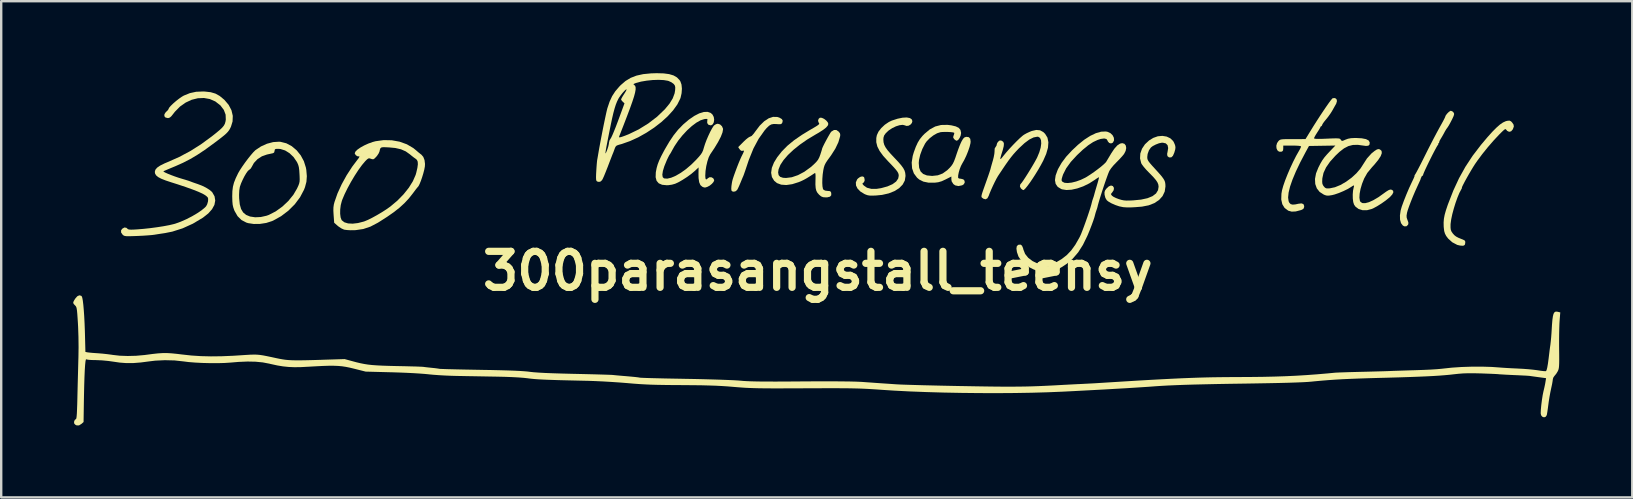
<source format=kicad_pcb>
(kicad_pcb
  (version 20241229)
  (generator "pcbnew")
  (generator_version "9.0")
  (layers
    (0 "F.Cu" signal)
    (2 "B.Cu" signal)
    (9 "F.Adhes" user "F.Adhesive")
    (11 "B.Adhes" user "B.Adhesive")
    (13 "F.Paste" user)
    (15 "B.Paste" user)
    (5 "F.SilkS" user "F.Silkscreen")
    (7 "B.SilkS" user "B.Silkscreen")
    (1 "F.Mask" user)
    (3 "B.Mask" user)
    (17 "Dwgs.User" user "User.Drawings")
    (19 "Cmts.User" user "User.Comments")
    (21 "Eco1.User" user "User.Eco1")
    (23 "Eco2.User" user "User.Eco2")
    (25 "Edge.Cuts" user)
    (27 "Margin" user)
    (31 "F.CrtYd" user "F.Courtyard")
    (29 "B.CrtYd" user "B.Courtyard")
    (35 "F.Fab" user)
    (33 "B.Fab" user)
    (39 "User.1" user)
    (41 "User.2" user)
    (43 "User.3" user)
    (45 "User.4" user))
  (footprint "300parasangstall_teensy"
    (layer "F.Cu")
    (at 31.027 8.245)
    (property "Reference" "300parasangstall_teensy" (at 0 0 0) (layer "F.SilkS") (effects (font (size 1.5 1.5) (thickness 0.3))))
    (attr board_only exclude_from_pos_files exclude_from_bom)
    (fp_poly (pts (xy -1.688 -6.421) (xy -1.604 -6.395) (xy -1.5 -6.335) (xy -1.46 -6.266) (xy -1.48 -6.181) (xy -1.482 -6.176) (xy -1.512 -6.137) (xy -1.557 -6.119) (xy -1.639 -6.119) (xy -1.713 -6.125) (xy -1.839 -6.129) (xy -1.94 -6.109) (xy -2.031 -6.055) (xy -2.131 -5.96) (xy -2.217 -5.86) (xy -2.464 -5.512) (xy -2.682 -5.106) (xy -2.87 -4.641) (xy -2.903 -4.544) (xy -2.963 -4.365) (xy -3.017 -4.203) (xy -3.062 -4.074) (xy -3.093 -3.988) (xy -3.103 -3.963) (xy -3.131 -3.899) (xy -3.175 -3.794) (xy -3.223 -3.677) (xy -3.275 -3.554) (xy -3.325 -3.447) (xy -3.36 -3.382) (xy -3.422 -3.327) (xy -3.501 -3.306) (xy -3.569 -3.323) (xy -3.598 -3.358) (xy -3.605 -3.428) (xy -3.598 -3.544) (xy -3.577 -3.687) (xy -3.562 -3.761) (xy -3.536 -3.853) (xy -3.49 -3.991) (xy -3.43 -4.157) (xy -3.363 -4.335) (xy -3.295 -4.508) (xy -3.231 -4.659) (xy -3.18 -4.772) (xy -3.176 -4.781) (xy -3.114 -4.904) (xy -3.082 -4.978) (xy -3.077 -5.013) (xy -3.098 -5.02) (xy -3.135 -5.01) (xy -3.199 -5.014) (xy -3.258 -5.077) (xy -3.259 -5.077) (xy -3.316 -5.165) (xy -3.101 -5.382) (xy -2.995 -5.482) (xy -2.901 -5.557) (xy -2.833 -5.597) (xy -2.818 -5.601) (xy -2.754 -5.632) (xy -2.669 -5.727) (xy -2.605 -5.815) (xy -2.42 -6.059) (xy -2.233 -6.242) (xy -2.046 -6.365) (xy -1.864 -6.425)) (stroke (width 0) (type solid)) (fill yes) (layer "F.SilkS"))
    (fp_poly (pts (xy 28.886 -6.239) (xy 28.931 -6.193) (xy 28.992 -6.104) (xy 29.004 -6.023) (xy 28.968 -5.922) (xy 28.958 -5.901) (xy 28.89 -5.823) (xy 28.807 -5.803) (xy 28.728 -5.841) (xy 28.699 -5.875) (xy 28.676 -5.905) (xy 28.651 -5.915) (xy 28.615 -5.898) (xy 28.557 -5.849) (xy 28.468 -5.763) (xy 28.387 -5.681) (xy 28.158 -5.436) (xy 27.919 -5.16) (xy 27.688 -4.873) (xy 27.482 -4.596) (xy 27.383 -4.453) (xy 27.307 -4.333) (xy 27.222 -4.192) (xy 27.132 -4.039) (xy 27.045 -3.885) (xy 26.966 -3.742) (xy 26.902 -3.619) (xy 26.857 -3.528) (xy 26.839 -3.48) (xy 26.841 -3.474) (xy 26.838 -3.45) (xy 26.81 -3.398) (xy 26.735 -3.256) (xy 26.655 -3.064) (xy 26.575 -2.84) (xy 26.502 -2.602) (xy 26.439 -2.368) (xy 26.394 -2.154) (xy 26.37 -1.978) (xy 26.367 -1.937) (xy 26.367 -1.805) (xy 26.378 -1.717) (xy 26.406 -1.647) (xy 26.457 -1.572) (xy 26.457 -1.572) (xy 26.522 -1.498) (xy 26.597 -1.439) (xy 26.699 -1.385) (xy 26.845 -1.326) (xy 26.878 -1.314) (xy 26.953 -1.277) (xy 26.98 -1.229) (xy 26.979 -1.167) (xy 26.961 -1.092) (xy 26.915 -1.061) (xy 26.867 -1.055) (xy 26.767 -1.062) (xy 26.654 -1.088) (xy 26.64 -1.093) (xy 26.439 -1.199) (xy 26.266 -1.355) (xy 26.185 -1.462) (xy 26.134 -1.56) (xy 26.102 -1.667) (xy 26.085 -1.81) (xy 26.081 -1.86) (xy 26.078 -2.023) (xy 26.09 -2.178) (xy 26.121 -2.342) (xy 26.174 -2.531) (xy 26.252 -2.763) (xy 26.266 -2.8) (xy 26.484 -3.359) (xy 26.721 -3.869) (xy 26.985 -4.344) (xy 27.286 -4.802) (xy 27.634 -5.257) (xy 27.909 -5.583) (xy 28.11 -5.806) (xy 28.28 -5.977) (xy 28.424 -6.104) (xy 28.551 -6.191) (xy 28.666 -6.244) (xy 28.733 -6.261) (xy 28.823 -6.269)) (stroke (width 0) (type solid)) (fill yes) (layer "F.SilkS"))
    (fp_poly (pts (xy 3.84 -6.374) (xy 3.913 -6.324) (xy 3.942 -6.248) (xy 3.919 -6.168) (xy 3.86 -6.1) (xy 3.778 -6.055) (xy 3.689 -6.048) (xy 3.636 -6.069) (xy 3.539 -6.093) (xy 3.408 -6.078) (xy 3.257 -6.031) (xy 3.102 -5.956) (xy 2.957 -5.861) (xy 2.838 -5.751) (xy 2.767 -5.654) (xy 2.737 -5.558) (xy 2.732 -5.477) (xy 2.74 -5.367) (xy 2.769 -5.262) (xy 2.824 -5.154) (xy 2.911 -5.031) (xy 3.038 -4.884) (xy 3.19 -4.722) (xy 3.355 -4.547) (xy 3.476 -4.407) (xy 3.56 -4.292) (xy 3.614 -4.191) (xy 3.643 -4.093) (xy 3.654 -3.988) (xy 3.655 -3.958) (xy 3.626 -3.771) (xy 3.536 -3.603) (xy 3.391 -3.455) (xy 3.196 -3.332) (xy 2.957 -3.237) (xy 2.68 -3.174) (xy 2.429 -3.149) (xy 2.272 -3.143) (xy 2.161 -3.146) (xy 2.076 -3.16) (xy 1.995 -3.188) (xy 1.938 -3.214) (xy 1.772 -3.317) (xy 1.656 -3.437) (xy 1.593 -3.565) (xy 1.586 -3.695) (xy 1.638 -3.816) (xy 1.674 -3.858) (xy 1.763 -3.922) (xy 1.849 -3.945) (xy 1.915 -3.924) (xy 1.936 -3.893) (xy 1.955 -3.785) (xy 1.926 -3.704) (xy 1.898 -3.681) (xy 1.863 -3.654) (xy 1.869 -3.621) (xy 1.919 -3.563) (xy 2.05 -3.472) (xy 2.227 -3.426) (xy 2.447 -3.425) (xy 2.64 -3.455) (xy 2.905 -3.528) (xy 3.114 -3.62) (xy 3.263 -3.729) (xy 3.35 -3.854) (xy 3.373 -3.97) (xy 3.368 -4.028) (xy 3.349 -4.087) (xy 3.309 -4.155) (xy 3.242 -4.241) (xy 3.141 -4.353) (xy 3.002 -4.5) (xy 2.93 -4.574) (xy 2.725 -4.8) (xy 2.577 -5.002) (xy 2.482 -5.189) (xy 2.437 -5.368) (xy 2.438 -5.546) (xy 2.462 -5.664) (xy 2.528 -5.808) (xy 2.643 -5.956) (xy 2.791 -6.096) (xy 2.958 -6.21) (xy 3.087 -6.271) (xy 3.324 -6.348) (xy 3.534 -6.391) (xy 3.709 -6.4)) (stroke (width 0) (type solid)) (fill yes) (layer "F.SilkS"))
    (fp_poly (pts (xy 26.446 -6.653) (xy 26.491 -6.609) (xy 26.512 -6.57) (xy 26.514 -6.525) (xy 26.494 -6.459) (xy 26.448 -6.358) (xy 26.409 -6.28) (xy 26.344 -6.155) (xy 26.284 -6.05) (xy 26.24 -5.982) (xy 26.231 -5.971) (xy 26.188 -5.911) (xy 26.132 -5.818) (xy 26.106 -5.768) (xy 26.041 -5.65) (xy 25.973 -5.534) (xy 25.952 -5.501) (xy 25.908 -5.423) (xy 25.891 -5.367) (xy 25.893 -5.358) (xy 25.885 -5.331) (xy 25.872 -5.33) (xy 25.849 -5.31) (xy 25.854 -5.299) (xy 25.851 -5.261) (xy 25.843 -5.257) (xy 25.817 -5.224) (xy 25.77 -5.142) (xy 25.705 -5.022) (xy 25.628 -4.874) (xy 25.546 -4.711) (xy 25.462 -4.542) (xy 25.383 -4.378) (xy 25.314 -4.232) (xy 25.261 -4.112) (xy 25.229 -4.032) (xy 25.222 -4.001) (xy 25.217 -3.982) (xy 25.206 -3.98) (xy 25.166 -3.949) (xy 25.126 -3.86) (xy 25.112 -3.812) (xy 25.097 -3.775) (xy 25.06 -3.694) (xy 25.009 -3.583) (xy 24.998 -3.559) (xy 24.895 -3.333) (xy 24.797 -3.103) (xy 24.709 -2.883) (xy 24.635 -2.687) (xy 24.58 -2.526) (xy 24.553 -2.428) (xy 24.534 -2.31) (xy 24.539 -2.223) (xy 24.57 -2.133) (xy 24.573 -2.126) (xy 24.608 -2.029) (xy 24.607 -1.96) (xy 24.593 -1.927) (xy 24.529 -1.866) (xy 24.443 -1.864) (xy 24.379 -1.897) (xy 24.304 -1.995) (xy 24.263 -2.139) (xy 24.258 -2.319) (xy 24.287 -2.523) (xy 24.333 -2.684) (xy 24.421 -2.926) (xy 24.527 -3.193) (xy 24.641 -3.46) (xy 24.751 -3.697) (xy 24.778 -3.753) (xy 24.829 -3.861) (xy 24.862 -3.941) (xy 24.87 -3.98) (xy 24.868 -3.981) (xy 24.866 -3.996) (xy 24.878 -4.006) (xy 24.902 -4.042) (xy 24.952 -4.13) (xy 25.022 -4.262) (xy 25.109 -4.43) (xy 25.208 -4.626) (xy 25.307 -4.824) (xy 25.427 -5.064) (xy 25.552 -5.308) (xy 25.673 -5.542) (xy 25.784 -5.752) (xy 25.877 -5.924) (xy 25.921 -6.004) (xy 26.003 -6.15) (xy 26.071 -6.276) (xy 26.119 -6.37) (xy 26.141 -6.419) (xy 26.142 -6.423) (xy 26.165 -6.482) (xy 26.222 -6.558) (xy 26.293 -6.629) (xy 26.357 -6.673) (xy 26.378 -6.679)) (stroke (width 0) (type solid)) (fill yes) (layer "F.SilkS"))
    (fp_poly (pts (xy 5.567 -6.072) (xy 5.75 -6.028) (xy 5.873 -5.968) (xy 5.944 -5.883) (xy 5.97 -5.77) (xy 5.971 -5.75) (xy 5.954 -5.649) (xy 5.911 -5.548) (xy 5.854 -5.468) (xy 5.795 -5.431) (xy 5.788 -5.431) (xy 5.735 -5.454) (xy 5.684 -5.498) (xy 5.643 -5.56) (xy 5.65 -5.623) (xy 5.663 -5.655) (xy 5.686 -5.724) (xy 5.684 -5.762) (xy 5.637 -5.778) (xy 5.541 -5.79) (xy 5.418 -5.797) (xy 5.287 -5.798) (xy 5.167 -5.793) (xy 5.112 -5.787) (xy 4.972 -5.742) (xy 4.816 -5.653) (xy 4.664 -5.535) (xy 4.535 -5.403) (xy 4.471 -5.312) (xy 4.355 -5.084) (xy 4.269 -4.849) (xy 4.218 -4.628) (xy 4.207 -4.503) (xy 4.224 -4.302) (xy 4.284 -4.151) (xy 4.391 -4.046) (xy 4.546 -3.985) (xy 4.755 -3.965) (xy 4.773 -3.965) (xy 5.002 -3.99) (xy 5.205 -4.067) (xy 5.395 -4.203) (xy 5.5 -4.306) (xy 5.571 -4.389) (xy 5.628 -4.474) (xy 5.678 -4.577) (xy 5.731 -4.716) (xy 5.778 -4.857) (xy 5.837 -5.029) (xy 5.899 -5.195) (xy 5.957 -5.334) (xy 5.996 -5.414) (xy 6.057 -5.515) (xy 6.111 -5.568) (xy 6.175 -5.59) (xy 6.196 -5.593) (xy 6.295 -5.578) (xy 6.353 -5.51) (xy 6.369 -5.392) (xy 6.361 -5.321) (xy 6.325 -5.174) (xy 6.263 -4.993) (xy 6.185 -4.8) (xy 6.099 -4.621) (xy 6.025 -4.492) (xy 5.967 -4.382) (xy 5.914 -4.249) (xy 5.874 -4.112) (xy 5.85 -3.99) (xy 5.847 -3.901) (xy 5.855 -3.875) (xy 5.899 -3.854) (xy 5.971 -3.845) (xy 6.065 -3.821) (xy 6.116 -3.761) (xy 6.122 -3.685) (xy 6.08 -3.613) (xy 6.014 -3.573) (xy 5.861 -3.542) (xy 5.727 -3.57) (xy 5.649 -3.625) (xy 5.578 -3.738) (xy 5.566 -3.824) (xy 5.566 -3.94) (xy 5.328 -3.819) (xy 5.164 -3.743) (xy 5.019 -3.701) (xy 4.868 -3.682) (xy 4.61 -3.684) (xy 4.4 -3.727) (xy 4.228 -3.813) (xy 4.136 -3.891) (xy 4.003 -4.069) (xy 3.929 -4.281) (xy 3.913 -4.524) (xy 3.955 -4.796) (xy 4.002 -4.953) (xy 4.084 -5.177) (xy 4.165 -5.353) (xy 4.254 -5.498) (xy 4.361 -5.63) (xy 4.441 -5.713) (xy 4.665 -5.901) (xy 4.893 -6.024) (xy 5.137 -6.087) (xy 5.407 -6.092)) (stroke (width 0) (type solid)) (fill yes) (layer "F.SilkS"))
    (fp_poly (pts (xy 14.537 -5.604) (xy 14.69 -5.532) (xy 14.806 -5.42) (xy 14.842 -5.356) (xy 14.887 -5.249) (xy 14.904 -5.164) (xy 14.896 -5.076) (xy 14.862 -4.955) (xy 14.854 -4.929) (xy 14.798 -4.802) (xy 14.732 -4.739) (xy 14.65 -4.735) (xy 14.63 -4.741) (xy 14.569 -4.791) (xy 14.557 -4.88) (xy 14.574 -4.965) (xy 14.6 -5.126) (xy 14.576 -5.245) (xy 14.502 -5.32) (xy 14.379 -5.349) (xy 14.33 -5.348) (xy 14.216 -5.324) (xy 14.082 -5.272) (xy 13.957 -5.207) (xy 13.881 -5.149) (xy 13.799 -5.031) (xy 13.744 -4.879) (xy 13.729 -4.753) (xy 13.732 -4.693) (xy 13.746 -4.638) (xy 13.779 -4.578) (xy 13.837 -4.501) (xy 13.928 -4.396) (xy 14.042 -4.271) (xy 14.196 -4.102) (xy 14.31 -3.971) (xy 14.389 -3.868) (xy 14.441 -3.783) (xy 14.47 -3.707) (xy 14.483 -3.627) (xy 14.487 -3.535) (xy 14.487 -3.525) (xy 14.456 -3.312) (xy 14.366 -3.123) (xy 14.221 -2.962) (xy 14.026 -2.832) (xy 13.787 -2.739) (xy 13.509 -2.685) (xy 13.476 -2.682) (xy 13.227 -2.662) (xy 13.031 -2.652) (xy 12.872 -2.653) (xy 12.737 -2.662) (xy 12.716 -2.665) (xy 12.561 -2.697) (xy 12.393 -2.754) (xy 12.233 -2.825) (xy 12.103 -2.901) (xy 12.041 -2.953) (xy 11.984 -3.049) (xy 11.951 -3.175) (xy 11.95 -3.179) (xy 11.947 -3.286) (xy 11.974 -3.365) (xy 12.023 -3.432) (xy 12.126 -3.528) (xy 12.219 -3.565) (xy 12.297 -3.541) (xy 12.297 -3.54) (xy 12.341 -3.465) (xy 12.33 -3.371) (xy 12.273 -3.283) (xy 12.225 -3.226) (xy 12.222 -3.187) (xy 12.26 -3.139) (xy 12.322 -3.094) (xy 12.426 -3.043) (xy 12.541 -2.999) (xy 12.651 -2.966) (xy 12.75 -2.946) (xy 12.859 -2.937) (xy 12.999 -2.939) (xy 13.136 -2.945) (xy 13.468 -2.977) (xy 13.739 -3.036) (xy 13.947 -3.121) (xy 14.094 -3.233) (xy 14.178 -3.371) (xy 14.201 -3.512) (xy 14.191 -3.6) (xy 14.156 -3.69) (xy 14.09 -3.791) (xy 13.986 -3.913) (xy 13.838 -4.066) (xy 13.802 -4.102) (xy 13.685 -4.223) (xy 13.583 -4.341) (xy 13.509 -4.44) (xy 13.477 -4.494) (xy 13.428 -4.695) (xy 13.44 -4.899) (xy 13.51 -5.098) (xy 13.633 -5.282) (xy 13.804 -5.442) (xy 13.979 -5.549) (xy 14.168 -5.616) (xy 14.358 -5.633)) (stroke (width 0) (type solid)) (fill yes) (layer "F.SilkS"))
    (fp_poly (pts (xy -22.387 -5.385) (xy -22.145 -5.324) (xy -21.92 -5.204) (xy -21.718 -5.034) (xy -21.547 -4.823) (xy -21.415 -4.579) (xy -21.33 -4.31) (xy -21.313 -4.214) (xy -21.291 -3.952) (xy -21.308 -3.721) (xy -21.368 -3.495) (xy -21.411 -3.384) (xy -21.575 -3.074) (xy -21.795 -2.781) (xy -22.062 -2.515) (xy -22.364 -2.286) (xy -22.69 -2.105) (xy -22.745 -2.081) (xy -22.983 -2.005) (xy -23.243 -1.965) (xy -23.502 -1.962) (xy -23.737 -1.997) (xy -23.814 -2.021) (xy -24.015 -2.127) (xy -24.178 -2.288) (xy -24.303 -2.505) (xy -24.321 -2.549) (xy -24.358 -2.658) (xy -24.382 -2.767) (xy -24.394 -2.897) (xy -24.399 -3.068) (xy -24.4 -3.12) (xy -24.398 -3.18) (xy -24.115 -3.18) (xy -24.112 -3.029) (xy -24.086 -2.78) (xy -24.032 -2.587) (xy -23.945 -2.443) (xy -23.821 -2.34) (xy -23.656 -2.272) (xy -23.654 -2.272) (xy -23.445 -2.241) (xy -23.209 -2.252) (xy -22.973 -2.305) (xy -22.877 -2.339) (xy -22.59 -2.486) (xy -22.314 -2.684) (xy -22.063 -2.92) (xy -21.851 -3.181) (xy -21.701 -3.437) (xy -21.646 -3.555) (xy -21.612 -3.645) (xy -21.594 -3.728) (xy -21.589 -3.825) (xy -21.593 -3.958) (xy -21.597 -4.036) (xy -21.608 -4.206) (xy -21.624 -4.328) (xy -21.65 -4.425) (xy -21.689 -4.515) (xy -21.71 -4.554) (xy -21.845 -4.751) (xy -22.012 -4.911) (xy -22.197 -5.026) (xy -22.389 -5.086) (xy -22.479 -5.093) (xy -22.574 -5.09) (xy -22.619 -5.074) (xy -22.633 -5.034) (xy -22.634 -5.01) (xy -22.656 -4.937) (xy -22.71 -4.909) (xy -22.788 -4.892) (xy -22.898 -4.868) (xy -22.953 -4.856) (xy -23.163 -4.782) (xy -23.349 -4.661) (xy -23.496 -4.505) (xy -23.578 -4.357) (xy -23.628 -4.273) (xy -23.691 -4.219) (xy -23.697 -4.216) (xy -23.748 -4.172) (xy -23.815 -4.079) (xy -23.89 -3.953) (xy -23.963 -3.808) (xy -24.029 -3.661) (xy -24.077 -3.525) (xy -24.084 -3.501) (xy -24.106 -3.363) (xy -24.115 -3.18) (xy -24.398 -3.18) (xy -24.394 -3.332) (xy -24.371 -3.514) (xy -24.327 -3.685) (xy -24.254 -3.87) (xy -24.154 -4.078) (xy -24.083 -4.201) (xy -23.984 -4.352) (xy -23.868 -4.517) (xy -23.744 -4.682) (xy -23.624 -4.832) (xy -23.518 -4.955) (xy -23.437 -5.035) (xy -23.434 -5.038) (xy -23.204 -5.192) (xy -22.951 -5.306) (xy -22.694 -5.374) (xy -22.447 -5.39)) (stroke (width 0) (type solid)) (fill yes) (layer "F.SilkS"))
    (fp_poly (pts (xy 9.26 -5.866) (xy 9.397 -5.792) (xy 9.473 -5.718) (xy 9.57 -5.56) (xy 9.609 -5.368) (xy 9.592 -5.141) (xy 9.517 -4.88) (xy 9.395 -4.602) (xy 9.299 -4.422) (xy 9.19 -4.231) (xy 9.073 -4.04) (xy 8.955 -3.856) (xy 8.842 -3.69) (xy 8.739 -3.55) (xy 8.654 -3.445) (xy 8.591 -3.385) (xy 8.566 -3.373) (xy 8.521 -3.395) (xy 8.467 -3.44) (xy 8.423 -3.521) (xy 8.435 -3.605) (xy 8.465 -3.643) (xy 8.506 -3.692) (xy 8.573 -3.788) (xy 8.659 -3.919) (xy 8.757 -4.073) (xy 8.858 -4.237) (xy 8.956 -4.401) (xy 9.043 -4.551) (xy 9.112 -4.677) (xy 9.142 -4.735) (xy 9.231 -4.95) (xy 9.288 -5.146) (xy 9.311 -5.316) (xy 9.302 -5.453) (xy 9.26 -5.549) (xy 9.184 -5.596) (xy 9.149 -5.599) (xy 8.993 -5.569) (xy 8.815 -5.481) (xy 8.615 -5.332) (xy 8.389 -5.122) (xy 8.365 -5.098) (xy 8.255 -4.982) (xy 8.153 -4.868) (xy 8.053 -4.745) (xy 7.948 -4.606) (xy 7.83 -4.439) (xy 7.693 -4.236) (xy 7.527 -3.987) (xy 7.501 -3.947) (xy 7.445 -3.849) (xy 7.373 -3.709) (xy 7.295 -3.546) (xy 7.22 -3.38) (xy 7.158 -3.232) (xy 7.121 -3.132) (xy 7.066 -3.03) (xy 6.991 -2.99) (xy 6.903 -3.014) (xy 6.874 -3.035) (xy 6.848 -3.055) (xy 6.829 -3.073) (xy 6.82 -3.098) (xy 6.822 -3.138) (xy 6.836 -3.202) (xy 6.866 -3.297) (xy 6.913 -3.432) (xy 6.978 -3.615) (xy 7.048 -3.812) (xy 7.103 -3.968) (xy 7.15 -4.106) (xy 7.184 -4.211) (xy 7.2 -4.267) (xy 7.216 -4.33) (xy 7.246 -4.437) (xy 7.284 -4.569) (xy 7.296 -4.608) (xy 7.332 -4.751) (xy 7.357 -4.885) (xy 7.366 -4.984) (xy 7.365 -5) (xy 7.372 -5.109) (xy 7.404 -5.161) (xy 7.447 -5.227) (xy 7.455 -5.266) (xy 7.477 -5.337) (xy 7.522 -5.397) (xy 7.582 -5.442) (xy 7.645 -5.437) (xy 7.673 -5.425) (xy 7.731 -5.382) (xy 7.756 -5.312) (xy 7.748 -5.205) (xy 7.71 -5.052) (xy 7.696 -5.005) (xy 7.643 -4.836) (xy 7.613 -4.726) (xy 7.605 -4.672) (xy 7.621 -4.667) (xy 7.661 -4.708) (xy 7.727 -4.79) (xy 7.733 -4.798) (xy 7.849 -4.939) (xy 7.986 -5.095) (xy 8.135 -5.255) (xy 8.283 -5.406) (xy 8.418 -5.537) (xy 8.53 -5.635) (xy 8.587 -5.678) (xy 8.7 -5.742) (xy 8.838 -5.806) (xy 8.917 -5.837) (xy 9.104 -5.88)) (stroke (width 0) (type solid)) (fill yes) (layer "F.SilkS"))
    (fp_poly (pts (xy 0.165 -6.387) (xy 0.259 -6.344) (xy 0.349 -6.276) (xy 0.416 -6.197) (xy 0.439 -6.131) (xy 0.416 -6.061) (xy 0.345 -5.979) (xy 0.222 -5.883) (xy 0.043 -5.768) (xy -0.101 -5.685) (xy -0.44 -5.481) (xy -0.746 -5.268) (xy -1.015 -5.052) (xy -1.244 -4.836) (xy -1.426 -4.626) (xy -1.558 -4.426) (xy -1.634 -4.24) (xy -1.653 -4.111) (xy -1.632 -3.998) (xy -1.567 -3.926) (xy -1.451 -3.887) (xy -1.324 -3.879) (xy -1.083 -3.909) (xy -0.825 -3.997) (xy -0.561 -4.137) (xy -0.3 -4.326) (xy -0.182 -4.429) (xy -0.068 -4.541) (xy 0.008 -4.635) (xy 0.061 -4.735) (xy 0.105 -4.851) (xy 0.141 -4.963) (xy 0.167 -5.046) (xy 0.176 -5.084) (xy 0.176 -5.084) (xy 0.187 -5.121) (xy 0.223 -5.202) (xy 0.278 -5.313) (xy 0.345 -5.439) (xy 0.414 -5.566) (xy 0.479 -5.68) (xy 0.531 -5.767) (xy 0.564 -5.811) (xy 0.565 -5.811) (xy 0.673 -5.877) (xy 0.775 -5.877) (xy 0.866 -5.815) (xy 0.923 -5.744) (xy 0.937 -5.67) (xy 0.928 -5.608) (xy 0.857 -5.365) (xy 0.731 -5.101) (xy 0.556 -4.825) (xy 0.506 -4.756) (xy 0.402 -4.614) (xy 0.331 -4.505) (xy 0.285 -4.413) (xy 0.254 -4.318) (xy 0.23 -4.206) (xy 0.204 -4.025) (xy 0.19 -3.842) (xy 0.187 -3.671) (xy 0.195 -3.528) (xy 0.215 -3.427) (xy 0.232 -3.395) (xy 0.304 -3.353) (xy 0.408 -3.339) (xy 0.497 -3.333) (xy 0.541 -3.304) (xy 0.56 -3.255) (xy 0.561 -3.16) (xy 0.509 -3.1) (xy 0.398 -3.072) (xy 0.336 -3.07) (xy 0.221 -3.078) (xy 0.137 -3.113) (xy 0.056 -3.18) (xy -0.014 -3.259) (xy -0.061 -3.346) (xy -0.088 -3.457) (xy -0.099 -3.605) (xy -0.096 -3.805) (xy -0.095 -3.82) (xy -0.093 -3.971) (xy -0.1 -4.061) (xy -0.116 -4.088) (xy -0.118 -4.087) (xy -0.305 -3.965) (xy -0.451 -3.874) (xy -0.572 -3.806) (xy -0.682 -3.753) (xy -0.794 -3.706) (xy -1.067 -3.62) (xy -1.311 -3.585) (xy -1.524 -3.6) (xy -1.699 -3.665) (xy -1.817 -3.762) (xy -1.912 -3.917) (xy -1.944 -4.097) (xy -1.915 -4.3) (xy -1.826 -4.523) (xy -1.692 -4.741) (xy -1.497 -4.988) (xy -1.267 -5.221) (xy -0.994 -5.446) (xy -0.67 -5.67) (xy -0.354 -5.863) (xy -0.185 -5.961) (xy -0.066 -6.032) (xy 0.009 -6.082) (xy 0.049 -6.118) (xy 0.06 -6.144) (xy 0.051 -6.168) (xy 0.036 -6.187) (xy 0.011 -6.262) (xy 0.033 -6.341) (xy 0.088 -6.389)) (stroke (width 0) (type solid)) (fill yes) (layer "F.SilkS"))
    (fp_poly (pts (xy -4.459 -6.587) (xy -4.386 -6.52) (xy -4.335 -6.42) (xy -4.318 -6.307) (xy -4.333 -6.2) (xy -4.376 -6.116) (xy -4.444 -6.074) (xy -4.464 -6.072) (xy -4.559 -6.098) (xy -4.608 -6.169) (xy -4.606 -6.261) (xy -4.596 -6.317) (xy -4.613 -6.34) (xy -4.672 -6.339) (xy -4.726 -6.332) (xy -4.881 -6.284) (xy -5.058 -6.185) (xy -5.249 -6.042) (xy -5.444 -5.865) (xy -5.635 -5.66) (xy -5.814 -5.438) (xy -5.97 -5.206) (xy -6.071 -5.026) (xy -6.12 -4.935) (xy -6.158 -4.873) (xy -6.17 -4.857) (xy -6.193 -4.82) (xy -6.235 -4.738) (xy -6.288 -4.627) (xy -6.298 -4.604) (xy -6.395 -4.367) (xy -6.455 -4.17) (xy -6.478 -4.018) (xy -6.462 -3.914) (xy -6.408 -3.862) (xy -6.406 -3.861) (xy -6.273 -3.851) (xy -6.107 -3.89) (xy -5.916 -3.972) (xy -5.707 -4.094) (xy -5.489 -4.25) (xy -5.27 -4.437) (xy -5.072 -4.633) (xy -4.953 -4.763) (xy -4.872 -4.861) (xy -4.818 -4.945) (xy -4.78 -5.031) (xy -4.749 -5.134) (xy -4.745 -5.149) (xy -4.699 -5.294) (xy -4.636 -5.462) (xy -4.561 -5.636) (xy -4.483 -5.802) (xy -4.408 -5.942) (xy -4.344 -6.041) (xy -4.322 -6.068) (xy -4.242 -6.12) (xy -4.167 -6.139) (xy -4.072 -6.109) (xy -3.993 -6.034) (xy -3.95 -5.936) (xy -3.948 -5.905) (xy -3.972 -5.773) (xy -4.041 -5.596) (xy -4.153 -5.38) (xy -4.305 -5.128) (xy -4.481 -4.866) (xy -4.544 -4.743) (xy -4.6 -4.573) (xy -4.647 -4.374) (xy -4.678 -4.167) (xy -4.689 -3.972) (xy -4.681 -3.862) (xy -4.658 -3.817) (xy -4.616 -3.832) (xy -4.588 -3.862) (xy -4.515 -3.908) (xy -4.43 -3.907) (xy -4.357 -3.867) (xy -4.319 -3.795) (xy -4.318 -3.778) (xy -4.345 -3.712) (xy -4.413 -3.634) (xy -4.504 -3.56) (xy -4.598 -3.51) (xy -4.679 -3.483) (xy -4.733 -3.482) (xy -4.798 -3.507) (xy -4.813 -3.514) (xy -4.891 -3.582) (xy -4.942 -3.701) (xy -4.968 -3.874) (xy -4.971 -4.04) (xy -4.967 -4.319) (xy -5.128 -4.169) (xy -5.274 -4.046) (xy -5.452 -3.917) (xy -5.64 -3.796) (xy -5.818 -3.695) (xy -5.946 -3.637) (xy -6.079 -3.6) (xy -6.23 -3.578) (xy -6.293 -3.576) (xy -6.486 -3.595) (xy -6.627 -3.656) (xy -6.717 -3.76) (xy -6.757 -3.91) (xy -6.75 -4.106) (xy -6.746 -4.135) (xy -6.715 -4.294) (xy -6.672 -4.445) (xy -6.611 -4.604) (xy -6.526 -4.785) (xy -6.411 -5.003) (xy -6.374 -5.071) (xy -6.187 -5.39) (xy -6.007 -5.658) (xy -5.823 -5.888) (xy -5.624 -6.093) (xy -5.609 -6.108) (xy -5.373 -6.309) (xy -5.148 -6.464) (xy -4.94 -6.571) (xy -4.753 -6.628) (xy -4.591 -6.634)) (stroke (width 0) (type solid)) (fill yes) (layer "F.SilkS"))
    (fp_poly (pts (xy -17.751 -5.45) (xy -17.425 -5.391) (xy -17.123 -5.282) (xy -16.856 -5.126) (xy -16.74 -5.032) (xy -16.644 -4.949) (xy -16.553 -4.876) (xy -16.516 -4.848) (xy -16.439 -4.758) (xy -16.387 -4.624) (xy -16.367 -4.464) (xy -16.373 -4.356) (xy -16.398 -4.224) (xy -16.438 -4.07) (xy -16.487 -3.909) (xy -16.54 -3.756) (xy -16.593 -3.627) (xy -16.638 -3.538) (xy -16.663 -3.508) (xy -16.692 -3.475) (xy -16.751 -3.401) (xy -16.828 -3.298) (xy -16.873 -3.238) (xy -17.039 -3.028) (xy -17.221 -2.832) (xy -17.426 -2.644) (xy -17.664 -2.456) (xy -17.945 -2.26) (xy -18.278 -2.047) (xy -18.339 -2.01) (xy -18.641 -1.852) (xy -18.94 -1.752) (xy -19.252 -1.706) (xy -19.311 -1.703) (xy -19.467 -1.701) (xy -19.612 -1.709) (xy -19.722 -1.723) (xy -19.745 -1.729) (xy -19.847 -1.775) (xy -19.961 -1.849) (xy -20.013 -1.891) (xy -20.152 -2.014) (xy -20.176 -2.34) (xy -20.179 -2.389) (xy -19.903 -2.389) (xy -19.884 -2.237) (xy -19.843 -2.128) (xy -19.833 -2.115) (xy -19.727 -2.032) (xy -19.573 -1.985) (xy -19.381 -1.975) (xy -19.159 -2.001) (xy -18.918 -2.063) (xy -18.881 -2.076) (xy -18.742 -2.134) (xy -18.566 -2.222) (xy -18.368 -2.331) (xy -18.167 -2.45) (xy -17.978 -2.571) (xy -17.818 -2.684) (xy -17.811 -2.689) (xy -17.518 -2.935) (xy -17.26 -3.199) (xy -17.042 -3.472) (xy -16.872 -3.745) (xy -16.757 -4.008) (xy -16.732 -4.095) (xy -16.685 -4.298) (xy -16.665 -4.449) (xy -16.671 -4.556) (xy -16.703 -4.631) (xy -16.756 -4.678) (xy -16.835 -4.734) (xy -16.936 -4.813) (xy -16.996 -4.863) (xy -17.17 -4.987) (xy -17.368 -5.074) (xy -17.604 -5.128) (xy -17.869 -5.153) (xy -18.026 -5.16) (xy -18.129 -5.16) (xy -18.192 -5.147) (xy -18.227 -5.115) (xy -18.247 -5.058) (xy -18.264 -4.982) (xy -18.299 -4.901) (xy -18.364 -4.804) (xy -18.399 -4.763) (xy -18.47 -4.69) (xy -18.521 -4.659) (xy -18.574 -4.662) (xy -18.618 -4.678) (xy -18.681 -4.697) (xy -18.729 -4.691) (xy -18.784 -4.652) (xy -18.859 -4.577) (xy -18.993 -4.418) (xy -19.143 -4.212) (xy -19.299 -3.972) (xy -19.453 -3.713) (xy -19.596 -3.451) (xy -19.719 -3.2) (xy -19.814 -2.975) (xy -19.833 -2.921) (xy -19.878 -2.749) (xy -19.901 -2.565) (xy -19.903 -2.389) (xy -20.179 -2.389) (xy -20.186 -2.517) (xy -20.183 -2.651) (xy -20.167 -2.768) (xy -20.139 -2.876) (xy -20.014 -3.234) (xy -19.842 -3.611) (xy -19.635 -3.988) (xy -19.401 -4.349) (xy -19.201 -4.614) (xy -19.131 -4.706) (xy -19.098 -4.763) (xy -19.106 -4.779) (xy -19.109 -4.778) (xy -19.179 -4.782) (xy -19.249 -4.826) (xy -19.291 -4.891) (xy -19.295 -4.912) (xy -19.264 -4.981) (xy -19.181 -5.062) (xy -19.055 -5.149) (xy -18.9 -5.235) (xy -18.727 -5.314) (xy -18.546 -5.378) (xy -18.428 -5.41) (xy -18.089 -5.457)) (stroke (width 0) (type solid)) (fill yes) (layer "F.SilkS"))
    (fp_poly (pts (xy 12.073 -5.803) (xy 12.195 -5.746) (xy 12.286 -5.658) (xy 12.338 -5.553) (xy 12.345 -5.447) (xy 12.299 -5.355) (xy 12.294 -5.35) (xy 12.222 -5.318) (xy 12.146 -5.337) (xy 12.088 -5.4) (xy 12.075 -5.434) (xy 12.029 -5.502) (xy 11.934 -5.525) (xy 11.791 -5.506) (xy 11.661 -5.464) (xy 11.472 -5.375) (xy 11.269 -5.241) (xy 11.045 -5.058) (xy 10.801 -4.828) (xy 10.543 -4.548) (xy 10.35 -4.281) (xy 10.223 -4.029) (xy 10.198 -3.958) (xy 10.167 -3.852) (xy 10.158 -3.79) (xy 10.171 -3.75) (xy 10.196 -3.721) (xy 10.282 -3.678) (xy 10.414 -3.668) (xy 10.579 -3.686) (xy 10.765 -3.732) (xy 10.96 -3.802) (xy 11.15 -3.893) (xy 11.207 -3.926) (xy 11.354 -4.02) (xy 11.511 -4.128) (xy 11.666 -4.243) (xy 11.807 -4.353) (xy 11.921 -4.451) (xy 11.997 -4.526) (xy 12.016 -4.55) (xy 12.058 -4.62) (xy 12.122 -4.727) (xy 12.198 -4.853) (xy 12.222 -4.895) (xy 12.356 -5.096) (xy 12.479 -5.234) (xy 12.594 -5.31) (xy 12.685 -5.33) (xy 12.778 -5.303) (xy 12.834 -5.231) (xy 12.852 -5.128) (xy 12.828 -5.007) (xy 12.762 -4.879) (xy 12.756 -4.871) (xy 12.686 -4.786) (xy 12.586 -4.676) (xy 12.472 -4.559) (xy 12.433 -4.52) (xy 12.321 -4.403) (xy 12.223 -4.284) (xy 12.155 -4.182) (xy 12.141 -4.154) (xy 12.095 -4.042) (xy 12.037 -3.882) (xy 11.969 -3.689) (xy 11.898 -3.478) (xy 11.828 -3.263) (xy 11.763 -3.058) (xy 11.709 -2.878) (xy 11.67 -2.738) (xy 11.656 -2.674) (xy 11.634 -2.598) (xy 11.607 -2.521) (xy 11.575 -2.424) (xy 11.556 -2.352) (xy 11.528 -2.246) (xy 11.478 -2.094) (xy 11.411 -1.911) (xy 11.334 -1.712) (xy 11.252 -1.512) (xy 11.229 -1.46) (xy 11.049 -1.092) (xy 10.852 -0.782) (xy 10.629 -0.522) (xy 10.374 -0.302) (xy 10.184 -0.175) (xy 9.965 -0.052) (xy 9.777 0.026) (xy 9.605 0.062) (xy 9.434 0.059) (xy 9.249 0.02) (xy 9.242 0.019) (xy 9.003 -0.063) (xy 8.801 -0.166) (xy 8.663 -0.261) (xy 8.483 -0.426) (xy 8.363 -0.604) (xy 8.299 -0.788) (xy 8.277 -0.937) (xy 8.293 -1.036) (xy 8.347 -1.089) (xy 8.362 -1.095) (xy 8.447 -1.103) (xy 8.508 -1.059) (xy 8.552 -0.958) (xy 8.568 -0.893) (xy 8.639 -0.714) (xy 8.769 -0.552) (xy 8.952 -0.414) (xy 9.182 -0.304) (xy 9.415 -0.235) (xy 9.605 -0.193) (xy 9.921 -0.358) (xy 10.167 -0.503) (xy 10.377 -0.667) (xy 10.561 -0.861) (xy 10.731 -1.097) (xy 10.896 -1.386) (xy 10.93 -1.452) (xy 10.972 -1.546) (xy 11.028 -1.689) (xy 11.094 -1.865) (xy 11.165 -2.061) (xy 11.236 -2.263) (xy 11.301 -2.457) (xy 11.356 -2.627) (xy 11.395 -2.761) (xy 11.413 -2.833) (xy 11.438 -2.931) (xy 11.465 -3.011) (xy 11.498 -3.108) (xy 11.518 -3.18) (xy 11.535 -3.244) (xy 11.566 -3.354) (xy 11.607 -3.492) (xy 11.632 -3.576) (xy 11.672 -3.712) (xy 11.701 -3.822) (xy 11.717 -3.892) (xy 11.718 -3.908) (xy 11.688 -3.897) (xy 11.62 -3.855) (xy 11.546 -3.803) (xy 11.31 -3.652) (xy 11.062 -3.531) (xy 10.813 -3.443) (xy 10.574 -3.39) (xy 10.359 -3.377) (xy 10.177 -3.406) (xy 10.141 -3.42) (xy 9.998 -3.508) (xy 9.912 -3.632) (xy 9.883 -3.79) (xy 9.911 -3.984) (xy 9.995 -4.214) (xy 10.017 -4.261) (xy 10.16 -4.51) (xy 10.348 -4.763) (xy 10.59 -5.024) (xy 10.844 -5.263) (xy 11.101 -5.471) (xy 11.352 -5.633) (xy 11.589 -5.746) (xy 11.808 -5.808) (xy 12.001 -5.816)) (stroke (width 0) (type solid)) (fill yes) (layer "F.SilkS"))
    (fp_poly (pts (xy -25.537 -7.48) (xy -25.298 -7.453) (xy -25.1 -7.395) (xy -24.923 -7.297) (xy -24.743 -7.148) (xy -24.726 -7.133) (xy -24.549 -6.925) (xy -24.432 -6.701) (xy -24.377 -6.469) (xy -24.386 -6.234) (xy -24.451 -6.022) (xy -24.489 -5.941) (xy -24.529 -5.872) (xy -24.579 -5.806) (xy -24.645 -5.736) (xy -24.737 -5.654) (xy -24.862 -5.554) (xy -25.026 -5.428) (xy -25.211 -5.29) (xy -25.549 -5.045) (xy -25.858 -4.84) (xy -26.152 -4.666) (xy -26.449 -4.513) (xy -26.764 -4.372) (xy -26.824 -4.347) (xy -26.979 -4.283) (xy -27.113 -4.226) (xy -27.212 -4.184) (xy -27.264 -4.16) (xy -27.267 -4.159) (xy -27.254 -4.138) (xy -27.189 -4.102) (xy -27.082 -4.054) (xy -26.947 -4) (xy -26.794 -3.943) (xy -26.636 -3.889) (xy -26.489 -3.844) (xy -26.35 -3.803) (xy -26.223 -3.763) (xy -26.134 -3.731) (xy -26.125 -3.727) (xy -26.035 -3.693) (xy -25.913 -3.651) (xy -25.839 -3.626) (xy -25.663 -3.559) (xy -25.493 -3.476) (xy -25.348 -3.385) (xy -25.246 -3.299) (xy -25.232 -3.282) (xy -25.137 -3.115) (xy -25.108 -2.939) (xy -25.142 -2.76) (xy -25.24 -2.579) (xy -25.399 -2.4) (xy -25.618 -2.227) (xy -25.624 -2.223) (xy -26.039 -1.975) (xy -26.468 -1.78) (xy -26.899 -1.643) (xy -27.198 -1.583) (xy -27.358 -1.559) (xy -27.526 -1.533) (xy -27.643 -1.514) (xy -27.75 -1.501) (xy -27.906 -1.488) (xy -28.094 -1.475) (xy -28.294 -1.465) (xy -28.368 -1.462) (xy -28.567 -1.455) (xy -28.71 -1.452) (xy -28.809 -1.454) (xy -28.874 -1.462) (xy -28.917 -1.477) (xy -28.95 -1.5) (xy -28.967 -1.515) (xy -29.032 -1.609) (xy -29.031 -1.698) (xy -28.981 -1.766) (xy -28.891 -1.816) (xy -28.809 -1.802) (xy -28.77 -1.767) (xy -28.741 -1.743) (xy -28.692 -1.73) (xy -28.612 -1.725) (xy -28.487 -1.729) (xy -28.37 -1.736) (xy -28.098 -1.758) (xy -27.812 -1.789) (xy -27.528 -1.827) (xy -27.259 -1.869) (xy -27.021 -1.914) (xy -26.83 -1.959) (xy -26.77 -1.976) (xy -26.546 -2.057) (xy -26.311 -2.161) (xy -26.079 -2.28) (xy -25.863 -2.407) (xy -25.678 -2.532) (xy -25.536 -2.65) (xy -25.488 -2.701) (xy -25.443 -2.785) (xy -25.412 -2.895) (xy -25.408 -2.921) (xy -25.403 -3.009) (xy -25.42 -3.068) (xy -25.474 -3.121) (xy -25.527 -3.161) (xy -25.639 -3.226) (xy -25.813 -3.305) (xy -26.047 -3.397) (xy -26.337 -3.501) (xy -26.679 -3.615) (xy -26.923 -3.692) (xy -27.168 -3.773) (xy -27.354 -3.846) (xy -27.486 -3.916) (xy -27.571 -3.987) (xy -27.615 -4.062) (xy -27.626 -4.132) (xy -27.603 -4.221) (xy -27.531 -4.308) (xy -27.404 -4.395) (xy -27.217 -4.488) (xy -27.1 -4.537) (xy -26.614 -4.752) (xy -26.155 -4.996) (xy -25.709 -5.277) (xy -25.257 -5.607) (xy -25.108 -5.725) (xy -24.948 -5.857) (xy -24.833 -5.961) (xy -24.757 -6.049) (xy -24.709 -6.133) (xy -24.682 -6.224) (xy -24.668 -6.309) (xy -24.676 -6.518) (xy -24.75 -6.715) (xy -24.889 -6.898) (xy -24.901 -6.91) (xy -25.105 -7.068) (xy -25.334 -7.168) (xy -25.579 -7.212) (xy -25.834 -7.201) (xy -26.091 -7.137) (xy -26.34 -7.021) (xy -26.576 -6.855) (xy -26.789 -6.639) (xy -26.854 -6.556) (xy -26.935 -6.454) (xy -26.998 -6.398) (xy -27.059 -6.377) (xy -27.086 -6.375) (xy -27.182 -6.398) (xy -27.229 -6.455) (xy -27.225 -6.535) (xy -27.169 -6.622) (xy -27.132 -6.655) (xy -27.075 -6.712) (xy -27.053 -6.757) (xy -27.027 -6.809) (xy -26.958 -6.888) (xy -26.859 -6.984) (xy -26.741 -7.086) (xy -26.617 -7.183) (xy -26.499 -7.265) (xy -26.418 -7.312) (xy -26.164 -7.415) (xy -25.903 -7.471) (xy -25.614 -7.483)) (stroke (width 0) (type solid)) (fill yes) (layer "F.SilkS"))
    (fp_poly (pts (xy -6.424 -8.237) (xy -6.192 -8.206) (xy -6.009 -8.151) (xy -5.868 -8.069) (xy -5.76 -7.957) (xy -5.725 -7.902) (xy -5.679 -7.771) (xy -5.662 -7.6) (xy -5.675 -7.412) (xy -5.717 -7.226) (xy -5.733 -7.181) (xy -5.853 -6.942) (xy -6.03 -6.696) (xy -6.256 -6.448) (xy -6.522 -6.206) (xy -6.821 -5.975) (xy -7.143 -5.763) (xy -7.479 -5.574) (xy -7.823 -5.417) (xy -8.164 -5.296) (xy -8.283 -5.264) (xy -8.377 -5.231) (xy -8.43 -5.178) (xy -8.462 -5.103) (xy -8.498 -5.001) (xy -8.53 -4.918) (xy -8.535 -4.908) (xy -8.561 -4.844) (xy -8.602 -4.738) (xy -8.65 -4.614) (xy -8.654 -4.604) (xy -8.759 -4.329) (xy -8.844 -4.114) (xy -8.91 -3.953) (xy -8.96 -3.844) (xy -8.992 -3.786) (xy -9.067 -3.721) (xy -9.16 -3.72) (xy -9.206 -3.742) (xy -9.226 -3.767) (xy -9.238 -3.82) (xy -9.241 -3.912) (xy -9.237 -4.053) (xy -9.231 -4.154) (xy -9.221 -4.317) (xy -9.21 -4.461) (xy -9.2 -4.57) (xy -9.194 -4.621) (xy -9.179 -4.703) (xy -9.159 -4.818) (xy -9.147 -4.891) (xy -9.144 -4.906) (xy -8.848 -4.906) (xy -8.84 -4.905) (xy -8.822 -4.939) (xy -8.794 -5.005) (xy -8.763 -5.087) (xy -8.727 -5.202) (xy -8.705 -5.309) (xy -8.703 -5.344) (xy -8.68 -5.443) (xy -8.637 -5.513) (xy -8.606 -5.565) (xy -8.598 -5.583) (xy -8.285 -5.583) (xy -8.263 -5.57) (xy -8.206 -5.581) (xy -8.129 -5.606) (xy -8.014 -5.648) (xy -7.884 -5.7) (xy -7.876 -5.703) (xy -7.463 -5.903) (xy -7.064 -6.15) (xy -6.696 -6.432) (xy -6.377 -6.737) (xy -6.374 -6.74) (xy -6.179 -6.976) (xy -6.044 -7.196) (xy -5.966 -7.406) (xy -5.944 -7.541) (xy -5.939 -7.652) (xy -5.953 -7.724) (xy -5.992 -7.782) (xy -6.013 -7.804) (xy -6.101 -7.867) (xy -6.214 -7.919) (xy -6.245 -7.929) (xy -6.419 -7.958) (xy -6.637 -7.968) (xy -6.881 -7.96) (xy -7.13 -7.934) (xy -7.366 -7.894) (xy -7.568 -7.839) (xy -7.607 -7.825) (xy -7.671 -7.797) (xy -7.678 -7.775) (xy -7.649 -7.754) (xy -7.61 -7.717) (xy -7.591 -7.656) (xy -7.591 -7.564) (xy -7.613 -7.438) (xy -7.657 -7.272) (xy -7.726 -7.061) (xy -7.819 -6.799) (xy -7.938 -6.482) (xy -7.962 -6.419) (xy -8.042 -6.211) (xy -8.116 -6.019) (xy -8.18 -5.856) (xy -8.229 -5.73) (xy -8.26 -5.653) (xy -8.266 -5.638) (xy -8.285 -5.583) (xy -8.598 -5.583) (xy -8.557 -5.67) (xy -8.495 -5.817) (xy -8.422 -5.998) (xy -8.345 -6.201) (xy -8.313 -6.286) (xy -8.055 -6.988) (xy -8.126 -7.054) (xy -8.178 -7.113) (xy -8.197 -7.153) (xy -8.179 -7.196) (xy -8.134 -7.277) (xy -8.074 -7.371) (xy -8.013 -7.468) (xy -7.975 -7.54) (xy -7.966 -7.573) (xy -7.998 -7.562) (xy -8.057 -7.509) (xy -8.131 -7.428) (xy -8.208 -7.331) (xy -8.277 -7.232) (xy -8.309 -7.179) (xy -8.364 -7.066) (xy -8.416 -6.936) (xy -8.466 -6.779) (xy -8.518 -6.587) (xy -8.573 -6.35) (xy -8.634 -6.059) (xy -8.664 -5.912) (xy -8.725 -5.605) (xy -8.773 -5.359) (xy -8.809 -5.17) (xy -8.833 -5.035) (xy -8.846 -4.948) (xy -8.848 -4.906) (xy -9.144 -4.906) (xy -9.113 -5.088) (xy -9.071 -5.314) (xy -9.025 -5.559) (xy -8.976 -5.811) (xy -8.927 -6.058) (xy -8.879 -6.289) (xy -8.836 -6.492) (xy -8.8 -6.655) (xy -8.773 -6.766) (xy -8.767 -6.787) (xy -8.675 -7.061) (xy -8.57 -7.288) (xy -8.44 -7.489) (xy -8.272 -7.686) (xy -8.208 -7.752) (xy -8.012 -7.92) (xy -7.798 -8.05) (xy -7.555 -8.144) (xy -7.274 -8.206) (xy -6.946 -8.238) (xy -6.713 -8.245)) (stroke (width 0) (type solid)) (fill yes) (layer "F.SilkS"))
    (fp_poly (pts (xy 21.614 -7.165) (xy 21.634 -7.085) (xy 21.605 -6.982) (xy 21.598 -6.968) (xy 21.547 -6.878) (xy 21.481 -6.761) (xy 21.437 -6.682) (xy 21.359 -6.558) (xy 21.259 -6.419) (xy 21.175 -6.315) (xy 21.096 -6.218) (xy 21.039 -6.136) (xy 21.015 -6.086) (xy 21.015 -6.083) (xy 20.995 -6.042) (xy 20.981 -6.038) (xy 20.948 -6.015) (xy 20.947 -6.008) (xy 20.93 -5.967) (xy 20.884 -5.887) (xy 20.818 -5.785) (xy 20.812 -5.776) (xy 20.746 -5.671) (xy 20.698 -5.585) (xy 20.678 -5.536) (xy 20.678 -5.534) (xy 20.695 -5.519) (xy 20.751 -5.51) (xy 20.853 -5.507) (xy 21.008 -5.509) (xy 21.214 -5.517) (xy 21.416 -5.526) (xy 21.561 -5.53) (xy 21.659 -5.529) (xy 21.722 -5.523) (xy 21.759 -5.51) (xy 21.782 -5.489) (xy 21.793 -5.473) (xy 21.821 -5.435) (xy 21.852 -5.423) (xy 21.906 -5.439) (xy 21.99 -5.476) (xy 22.098 -5.515) (xy 22.218 -5.537) (xy 22.375 -5.545) (xy 22.432 -5.545) (xy 22.669 -5.532) (xy 22.842 -5.498) (xy 22.952 -5.443) (xy 22.998 -5.365) (xy 22.998 -5.36) (xy 22.991 -5.272) (xy 22.941 -5.224) (xy 22.842 -5.214) (xy 22.735 -5.228) (xy 22.5 -5.26) (xy 22.295 -5.254) (xy 22.109 -5.207) (xy 21.928 -5.113) (xy 21.739 -4.967) (xy 21.571 -4.808) (xy 21.344 -4.556) (xy 21.179 -4.318) (xy 21.073 -4.09) (xy 21.025 -3.868) (xy 21.023 -3.845) (xy 21.018 -3.718) (xy 21.027 -3.635) (xy 21.055 -3.571) (xy 21.084 -3.53) (xy 21.135 -3.474) (xy 21.188 -3.447) (xy 21.267 -3.443) (xy 21.34 -3.448) (xy 21.551 -3.493) (xy 21.78 -3.587) (xy 22.014 -3.722) (xy 22.241 -3.888) (xy 22.446 -4.076) (xy 22.616 -4.276) (xy 22.706 -4.416) (xy 22.882 -4.69) (xy 23.073 -4.902) (xy 23.204 -5.007) (xy 23.294 -5.064) (xy 23.356 -5.083) (xy 23.413 -5.072) (xy 23.427 -5.066) (xy 23.493 -5.007) (xy 23.502 -4.914) (xy 23.456 -4.789) (xy 23.352 -4.629) (xy 23.192 -4.434) (xy 23.094 -4.327) (xy 22.898 -4.089) (xy 22.768 -3.859) (xy 22.68 -3.638) (xy 22.616 -3.423) (xy 22.579 -3.225) (xy 22.569 -3.058) (xy 22.589 -2.932) (xy 22.612 -2.885) (xy 22.69 -2.833) (xy 22.809 -2.829) (xy 22.964 -2.869) (xy 23.149 -2.953) (xy 23.359 -3.077) (xy 23.549 -3.212) (xy 23.682 -3.308) (xy 23.776 -3.367) (xy 23.843 -3.393) (xy 23.895 -3.394) (xy 23.9 -3.393) (xy 23.971 -3.352) (xy 23.984 -3.284) (xy 23.939 -3.192) (xy 23.839 -3.082) (xy 23.823 -3.068) (xy 23.669 -2.943) (xy 23.491 -2.817) (xy 23.31 -2.703) (xy 23.147 -2.615) (xy 23.08 -2.586) (xy 22.883 -2.535) (xy 22.696 -2.537) (xy 22.533 -2.588) (xy 22.404 -2.685) (xy 22.345 -2.771) (xy 22.312 -2.876) (xy 22.294 -3.022) (xy 22.291 -3.187) (xy 22.303 -3.347) (xy 22.327 -3.466) (xy 22.346 -3.544) (xy 22.336 -3.57) (xy 22.287 -3.547) (xy 22.229 -3.508) (xy 22.088 -3.422) (xy 21.908 -3.334) (xy 21.716 -3.253) (xy 21.535 -3.191) (xy 21.427 -3.164) (xy 21.303 -3.145) (xy 21.215 -3.144) (xy 21.135 -3.165) (xy 21.082 -3.188) (xy 20.912 -3.297) (xy 20.794 -3.446) (xy 20.729 -3.628) (xy 20.718 -3.838) (xy 20.762 -4.071) (xy 20.859 -4.313) (xy 20.945 -4.482) (xy 21.024 -4.616) (xy 21.111 -4.737) (xy 21.22 -4.864) (xy 21.349 -5.002) (xy 21.567 -5.23) (xy 21.018 -5.221) (xy 20.468 -5.212) (xy 20.32 -4.942) (xy 20.102 -4.527) (xy 19.922 -4.15) (xy 19.781 -3.813) (xy 19.679 -3.519) (xy 19.618 -3.268) (xy 19.598 -3.064) (xy 19.619 -2.909) (xy 19.65 -2.844) (xy 19.705 -2.79) (xy 19.786 -2.768) (xy 19.905 -2.778) (xy 20.022 -2.804) (xy 20.153 -2.82) (xy 20.235 -2.791) (xy 20.267 -2.716) (xy 20.266 -2.668) (xy 20.243 -2.603) (xy 20.181 -2.559) (xy 20.121 -2.537) (xy 19.915 -2.484) (xy 19.749 -2.476) (xy 19.613 -2.513) (xy 19.599 -2.52) (xy 19.451 -2.631) (xy 19.356 -2.786) (xy 19.312 -2.983) (xy 19.32 -3.222) (xy 19.344 -3.364) (xy 19.395 -3.548) (xy 19.473 -3.774) (xy 19.573 -4.028) (xy 19.687 -4.294) (xy 19.809 -4.556) (xy 19.933 -4.8) (xy 20.044 -4.996) (xy 20.097 -5.09) (xy 20.131 -5.164) (xy 20.138 -5.19) (xy 20.109 -5.209) (xy 20.022 -5.221) (xy 19.872 -5.228) (xy 19.767 -5.228) (xy 19.396 -5.228) (xy 19.396 -5.111) (xy 19.387 -5.027) (xy 19.351 -4.986) (xy 19.309 -4.972) (xy 19.219 -4.976) (xy 19.152 -5.03) (xy 19.114 -5.117) (xy 19.107 -5.223) (xy 19.137 -5.331) (xy 19.192 -5.412) (xy 19.224 -5.445) (xy 19.259 -5.468) (xy 19.306 -5.483) (xy 19.378 -5.492) (xy 19.486 -5.497) (xy 19.642 -5.498) (xy 19.798 -5.498) (xy 20.323 -5.499) (xy 20.524 -5.827) (xy 20.658 -6.044) (xy 20.797 -6.263) (xy 20.935 -6.476) (xy 21.068 -6.676) (xy 21.189 -6.854) (xy 21.294 -7.004) (xy 21.378 -7.117) (xy 21.436 -7.185) (xy 21.457 -7.203) (xy 21.552 -7.209)) (stroke (width 0) (type solid)) (fill yes) (layer "F.SilkS"))
    (fp_poly (pts (xy -30.697 1.029) (xy -30.67 1.054) (xy -30.648 1.114) (xy -30.626 1.233) (xy -30.605 1.406) (xy -30.586 1.625) (xy -30.568 1.883) (xy -30.553 2.172) (xy -30.541 2.486) (xy -30.537 2.621) (xy -30.518 3.37) (xy -30.43 3.387) (xy -30.359 3.396) (xy -30.24 3.408) (xy -30.093 3.419) (xy -30.004 3.425) (xy -29.816 3.44) (xy -29.612 3.462) (xy -29.428 3.486) (xy -29.38 3.494) (xy -29.089 3.527) (xy -28.756 3.539) (xy -28.405 3.53) (xy -28.057 3.499) (xy -27.98 3.489) (xy -27.713 3.454) (xy -27.492 3.43) (xy -27.301 3.418) (xy -27.119 3.417) (xy -26.928 3.428) (xy -26.709 3.45) (xy -26.496 3.476) (xy -26.103 3.519) (xy -25.706 3.545) (xy -25.29 3.555) (xy -24.842 3.55) (xy -24.349 3.529) (xy -24.068 3.511) (xy -23.837 3.496) (xy -23.654 3.485) (xy -23.506 3.481) (xy -23.377 3.483) (xy -23.252 3.494) (xy -23.117 3.514) (xy -22.957 3.545) (xy -22.756 3.587) (xy -22.567 3.628) (xy -22.433 3.656) (xy -22.309 3.678) (xy -22.189 3.696) (xy -22.062 3.708) (xy -21.92 3.716) (xy -21.756 3.72) (xy -21.559 3.72) (xy -21.322 3.716) (xy -21.036 3.709) (xy -20.693 3.699) (xy -20.627 3.696) (xy -19.716 3.668) (xy -19.396 3.755) (xy -19.217 3.803) (xy -19.056 3.841) (xy -18.9 3.872) (xy -18.741 3.897) (xy -18.568 3.916) (xy -18.37 3.93) (xy -18.139 3.942) (xy -17.864 3.951) (xy -17.534 3.959) (xy -17.422 3.961) (xy -17.178 3.966) (xy -16.954 3.972) (xy -16.758 3.977) (xy -16.602 3.983) (xy -16.494 3.988) (xy -16.444 3.991) (xy -16.379 4) (xy -16.269 4.013) (xy -16.135 4.027) (xy -16.107 4.03) (xy -15.97 4.044) (xy -15.853 4.059) (xy -15.778 4.071) (xy -15.77 4.073) (xy -15.723 4.077) (xy -15.616 4.081) (xy -15.455 4.087) (xy -15.248 4.092) (xy -14.999 4.098) (xy -14.718 4.104) (xy -14.41 4.11) (xy -14.082 4.116) (xy -14.049 4.117) (xy -13.607 4.124) (xy -13.228 4.133) (xy -12.905 4.142) (xy -12.634 4.152) (xy -12.41 4.163) (xy -12.228 4.175) (xy -12.082 4.188) (xy -12.008 4.198) (xy -11.852 4.215) (xy -11.64 4.231) (xy -11.37 4.246) (xy -11.04 4.259) (xy -10.649 4.271) (xy -10.192 4.283) (xy -10.136 4.284) (xy -9.823 4.291) (xy -9.527 4.298) (xy -9.257 4.305) (xy -9.02 4.312) (xy -8.822 4.318) (xy -8.673 4.323) (xy -8.579 4.327) (xy -8.551 4.329) (xy -8.481 4.336) (xy -8.36 4.348) (xy -8.201 4.362) (xy -8.022 4.377) (xy -7.961 4.382) (xy -7.783 4.398) (xy -7.626 4.413) (xy -7.505 4.427) (xy -7.433 4.438) (xy -7.421 4.441) (xy -7.379 4.445) (xy -7.275 4.45) (xy -7.117 4.456) (xy -6.91 4.462) (xy -6.661 4.468) (xy -6.377 4.475) (xy -6.063 4.481) (xy -5.726 4.487) (xy -5.532 4.491) (xy -5.13 4.498) (xy -4.746 4.507) (xy -4.385 4.517) (xy -4.057 4.527) (xy -3.767 4.538) (xy -3.524 4.548) (xy -3.335 4.559) (xy -3.221 4.568) (xy -3.099 4.579) (xy -2.958 4.587) (xy -2.793 4.594) (xy -2.599 4.599) (xy -2.369 4.603) (xy -2.098 4.604) (xy -1.779 4.605) (xy -1.408 4.604) (xy -0.979 4.601) (xy -0.708 4.599) (xy -0.207 4.596) (xy 0.252 4.595) (xy 0.665 4.595) (xy 1.028 4.598) (xy 1.337 4.602) (xy 1.589 4.608) (xy 1.778 4.616) (xy 1.839 4.619) (xy 2.04 4.634) (xy 2.216 4.646) (xy 2.381 4.658) (xy 2.552 4.67) (xy 2.741 4.683) (xy 2.966 4.698) (xy 3.239 4.717) (xy 3.306 4.721) (xy 3.419 4.727) (xy 3.592 4.734) (xy 3.819 4.741) (xy 4.092 4.749) (xy 4.404 4.758) (xy 4.749 4.766) (xy 5.118 4.775) (xy 5.506 4.783) (xy 5.906 4.791) (xy 6.048 4.793) (xy 6.552 4.802) (xy 6.998 4.809) (xy 7.393 4.814) (xy 7.748 4.817) (xy 8.07 4.817) (xy 8.369 4.815) (xy 8.652 4.811) (xy 8.93 4.804) (xy 9.21 4.794) (xy 9.502 4.781) (xy 9.814 4.766) (xy 10.155 4.747) (xy 10.305 4.739) (xy 10.436 4.732) (xy 10.61 4.723) (xy 10.803 4.713) (xy 10.963 4.706) (xy 11.155 4.696) (xy 11.352 4.686) (xy 11.527 4.677) (xy 11.637 4.67) (xy 12.294 4.629) (xy 12.89 4.592) (xy 13.43 4.559) (xy 13.921 4.531) (xy 14.368 4.507) (xy 14.778 4.486) (xy 15.156 4.468) (xy 15.508 4.454) (xy 15.841 4.442) (xy 16.159 4.433) (xy 16.47 4.426) (xy 16.779 4.422) (xy 17.092 4.419) (xy 17.415 4.417) (xy 17.439 4.417) (xy 18.02 4.414) (xy 18.546 4.408) (xy 19.029 4.397) (xy 19.482 4.382) (xy 19.917 4.362) (xy 20.348 4.336) (xy 20.785 4.304) (xy 21.242 4.265) (xy 21.555 4.235) (xy 21.63 4.231) (xy 21.762 4.225) (xy 21.938 4.219) (xy 22.149 4.212) (xy 22.383 4.206) (xy 22.567 4.201) (xy 22.829 4.195) (xy 23.094 4.188) (xy 23.348 4.181) (xy 23.573 4.175) (xy 23.755 4.169) (xy 23.831 4.166) (xy 24.006 4.159) (xy 24.226 4.152) (xy 24.47 4.144) (xy 24.716 4.136) (xy 24.86 4.132) (xy 25.236 4.119) (xy 25.549 4.105) (xy 25.801 4.089) (xy 25.997 4.071) (xy 26.058 4.064) (xy 26.42 4.025) (xy 26.825 3.998) (xy 27.253 3.984) (xy 27.679 3.983) (xy 28.082 3.995) (xy 28.368 4.015) (xy 28.509 4.026) (xy 28.695 4.038) (xy 28.906 4.05) (xy 29.119 4.06) (xy 29.178 4.063) (xy 29.39 4.074) (xy 29.606 4.09) (xy 29.806 4.11) (xy 29.966 4.13) (xy 30.001 4.135) (xy 30.139 4.156) (xy 30.254 4.169) (xy 30.327 4.172) (xy 30.342 4.17) (xy 30.368 4.13) (xy 30.395 4.028) (xy 30.424 3.863) (xy 30.455 3.632) (xy 30.477 3.449) (xy 30.49 3.338) (xy 30.509 3.194) (xy 30.526 3.078) (xy 30.542 2.941) (xy 30.559 2.766) (xy 30.573 2.581) (xy 30.578 2.496) (xy 30.594 2.234) (xy 30.611 2.033) (xy 30.632 1.885) (xy 30.658 1.784) (xy 30.693 1.722) (xy 30.738 1.693) (xy 30.795 1.69) (xy 30.846 1.7) (xy 30.939 1.723) (xy 30.911 2.068) (xy 30.903 2.203) (xy 30.897 2.391) (xy 30.892 2.616) (xy 30.89 2.863) (xy 30.89 3.118) (xy 30.891 3.229) (xy 30.894 3.487) (xy 30.895 3.688) (xy 30.893 3.839) (xy 30.888 3.951) (xy 30.88 4.032) (xy 30.868 4.092) (xy 30.851 4.14) (xy 30.836 4.173) (xy 30.776 4.272) (xy 30.712 4.353) (xy 30.699 4.365) (xy 30.646 4.444) (xy 30.628 4.517) (xy 30.619 4.589) (xy 30.599 4.706) (xy 30.569 4.845) (xy 30.559 4.891) (xy 30.525 5.052) (xy 30.489 5.249) (xy 30.457 5.452) (xy 30.443 5.56) (xy 30.422 5.719) (xy 30.402 5.857) (xy 30.385 5.959) (xy 30.376 6.004) (xy 30.328 6.074) (xy 30.261 6.095) (xy 30.192 6.071) (xy 30.14 6.009) (xy 30.123 5.927) (xy 30.13 5.775) (xy 30.148 5.582) (xy 30.174 5.376) (xy 30.204 5.181) (xy 30.236 5.023) (xy 30.242 4.998) (xy 30.276 4.854) (xy 30.307 4.707) (xy 30.321 4.626) (xy 30.347 4.463) (xy 30.024 4.42) (xy 29.879 4.4) (xy 29.756 4.383) (xy 29.673 4.371) (xy 29.65 4.368) (xy 29.601 4.364) (xy 29.497 4.357) (xy 29.349 4.35) (xy 29.171 4.341) (xy 29.026 4.335) (xy 28.83 4.326) (xy 28.653 4.317) (xy 28.507 4.308) (xy 28.406 4.302) (xy 28.368 4.298) (xy 28.309 4.293) (xy 28.195 4.287) (xy 28.037 4.28) (xy 27.847 4.273) (xy 27.639 4.265) (xy 27.626 4.265) (xy 27.34 4.258) (xy 27.101 4.258) (xy 26.89 4.265) (xy 26.689 4.281) (xy 26.513 4.3) (xy 26.329 4.321) (xy 26.127 4.339) (xy 25.901 4.357) (xy 25.645 4.373) (xy 25.355 4.388) (xy 25.023 4.402) (xy 24.644 4.416) (xy 24.212 4.43) (xy 23.722 4.444) (xy 23.444 4.451) (xy 22.971 4.464) (xy 22.556 4.478) (xy 22.189 4.492) (xy 21.858 4.507) (xy 21.554 4.525) (xy 21.266 4.545) (xy 20.986 4.568) (xy 20.701 4.594) (xy 20.576 4.607) (xy 20.419 4.62) (xy 20.206 4.632) (xy 19.935 4.643) (xy 19.604 4.654) (xy 19.212 4.664) (xy 18.757 4.673) (xy 18.237 4.682) (xy 17.81 4.689) (xy 17.181 4.698) (xy 16.615 4.708) (xy 16.108 4.719) (xy 15.654 4.73) (xy 15.249 4.742) (xy 14.889 4.756) (xy 14.569 4.77) (xy 14.285 4.786) (xy 14.032 4.803) (xy 13.999 4.806) (xy 13.781 4.822) (xy 13.504 4.84) (xy 13.177 4.861) (xy 12.808 4.884) (xy 12.405 4.907) (xy 11.977 4.932) (xy 11.532 4.956) (xy 11.079 4.98) (xy 10.626 5.004) (xy 10.189 5.026) (xy 9.575 5.051) (xy 8.911 5.07) (xy 8.207 5.082) (xy 7.477 5.087) (xy 6.731 5.085) (xy 5.982 5.077) (xy 5.242 5.063) (xy 4.523 5.042) (xy 3.837 5.016) (xy 3.196 4.983) (xy 2.682 4.95) (xy 2.461 4.934) (xy 2.259 4.921) (xy 2.068 4.91) (xy 1.881 4.901) (xy 1.69 4.894) (xy 1.487 4.889) (xy 1.264 4.885) (xy 1.014 4.883) (xy 0.73 4.882) (xy 0.403 4.882) (xy 0.027 4.883) (xy -0.408 4.884) (xy -0.54 4.885) (xy -0.99 4.887) (xy -1.38 4.888) (xy -1.716 4.889) (xy -2.005 4.888) (xy -2.255 4.886) (xy -2.472 4.883) (xy -2.663 4.878) (xy -2.835 4.872) (xy -2.995 4.865) (xy -3.15 4.855) (xy -3.307 4.843) (xy -3.473 4.83) (xy -3.508 4.827) (xy -3.758 4.806) (xy -4.005 4.79) (xy -4.26 4.777) (xy -4.534 4.768) (xy -4.839 4.76) (xy -5.186 4.756) (xy -5.587 4.753) (xy -5.684 4.752) (xy -6.072 4.75) (xy -6.405 4.746) (xy -6.694 4.741) (xy -6.951 4.734) (xy -7.189 4.723) (xy -7.418 4.71) (xy -7.652 4.693) (xy -7.902 4.672) (xy -7.944 4.668) (xy -8.246 4.644) (xy -8.586 4.621) (xy -8.94 4.6) (xy -9.283 4.584) (xy -9.591 4.573) (xy -9.664 4.572) (xy -10.102 4.562) (xy -10.479 4.553) (xy -10.8 4.545) (xy -11.073 4.536) (xy -11.303 4.528) (xy -11.497 4.519) (xy -11.66 4.51) (xy -11.799 4.5) (xy -11.921 4.488) (xy -12.03 4.476) (xy -12.093 4.467) (xy -12.26 4.449) (xy -12.484 4.432) (xy -12.751 4.418) (xy -13.051 4.407) (xy -13.358 4.4) (xy -13.654 4.395) (xy -13.98 4.389) (xy -14.314 4.383) (xy -14.633 4.378) (xy -14.916 4.372) (xy -15.011 4.371) (xy -15.266 4.364) (xy -15.532 4.353) (xy -15.79 4.338) (xy -16.021 4.321) (xy -16.205 4.304) (xy -16.225 4.301) (xy -16.383 4.286) (xy -16.597 4.27) (xy -16.852 4.254) (xy -17.136 4.24) (xy -17.436 4.228) (xy -17.74 4.218) (xy -17.76 4.218) (xy -18.839 4.19) (xy -19.324 4.068) (xy -19.502 4.025) (xy -19.666 3.992) (xy -19.825 3.968) (xy -19.99 3.953) (xy -20.172 3.946) (xy -20.381 3.946) (xy -20.628 3.954) (xy -20.922 3.969) (xy -21.208 3.985) (xy -21.531 4.002) (xy -21.805 4.006) (xy -22.05 3.996) (xy -22.284 3.972) (xy -22.525 3.932) (xy -22.791 3.874) (xy -22.858 3.858) (xy -23.13 3.806) (xy -23.428 3.777) (xy -23.763 3.77) (xy -24.143 3.786) (xy -24.474 3.814) (xy -24.719 3.83) (xy -25.008 3.838) (xy -25.322 3.837) (xy -25.642 3.829) (xy -25.95 3.813) (xy -26.225 3.791) (xy -26.429 3.765) (xy -26.805 3.724) (xy -27.209 3.714) (xy -27.607 3.733) (xy -27.848 3.762) (xy -28.209 3.809) (xy -28.524 3.834) (xy -28.812 3.835) (xy -29.09 3.814) (xy -29.309 3.782) (xy -29.564 3.746) (xy -29.828 3.721) (xy -30.065 3.711) (xy -30.086 3.71) (xy -30.244 3.707) (xy -30.373 3.699) (xy -30.457 3.686) (xy -30.481 3.675) (xy -30.5 3.69) (xy -30.516 3.772) (xy -30.531 3.92) (xy -30.545 4.134) (xy -30.557 4.414) (xy -30.568 4.759) (xy -30.577 5.168) (xy -30.581 5.38) (xy -30.595 6.291) (xy -30.681 6.367) (xy -30.785 6.432) (xy -30.882 6.432) (xy -30.947 6.397) (xy -30.991 6.339) (xy -30.987 6.262) (xy -30.956 6.197) (xy -30.919 6.173) (xy -30.905 6.161) (xy -30.893 6.121) (xy -30.883 6.045) (xy -30.874 5.929) (xy -30.867 5.765) (xy -30.859 5.547) (xy -30.852 5.268) (xy -30.852 5.254) (xy -30.845 4.957) (xy -30.837 4.634) (xy -30.828 4.304) (xy -30.82 3.989) (xy -30.813 3.711) (xy -30.809 3.592) (xy -30.803 3.172) (xy -30.808 2.739) (xy -30.822 2.327) (xy -30.83 2.176) (xy -30.845 1.946) (xy -30.857 1.774) (xy -30.869 1.649) (xy -30.882 1.563) (xy -30.897 1.505) (xy -30.917 1.467) (xy -30.942 1.437) (xy -30.953 1.427) (xy -31.008 1.369) (xy -31.027 1.319) (xy -31.008 1.257) (xy -30.951 1.162) (xy -30.943 1.15) (xy -30.858 1.052) (xy -30.773 1.011)) (stroke (width 0) (type solid)) (fill yes) (layer "F.SilkS")))
  (gr_rect
    (start -3 -3)
    (end 64.966 17.677)
    (stroke (width 0.1) (type default))
    (fill no)
    (layer "Edge.Cuts")))
</source>
